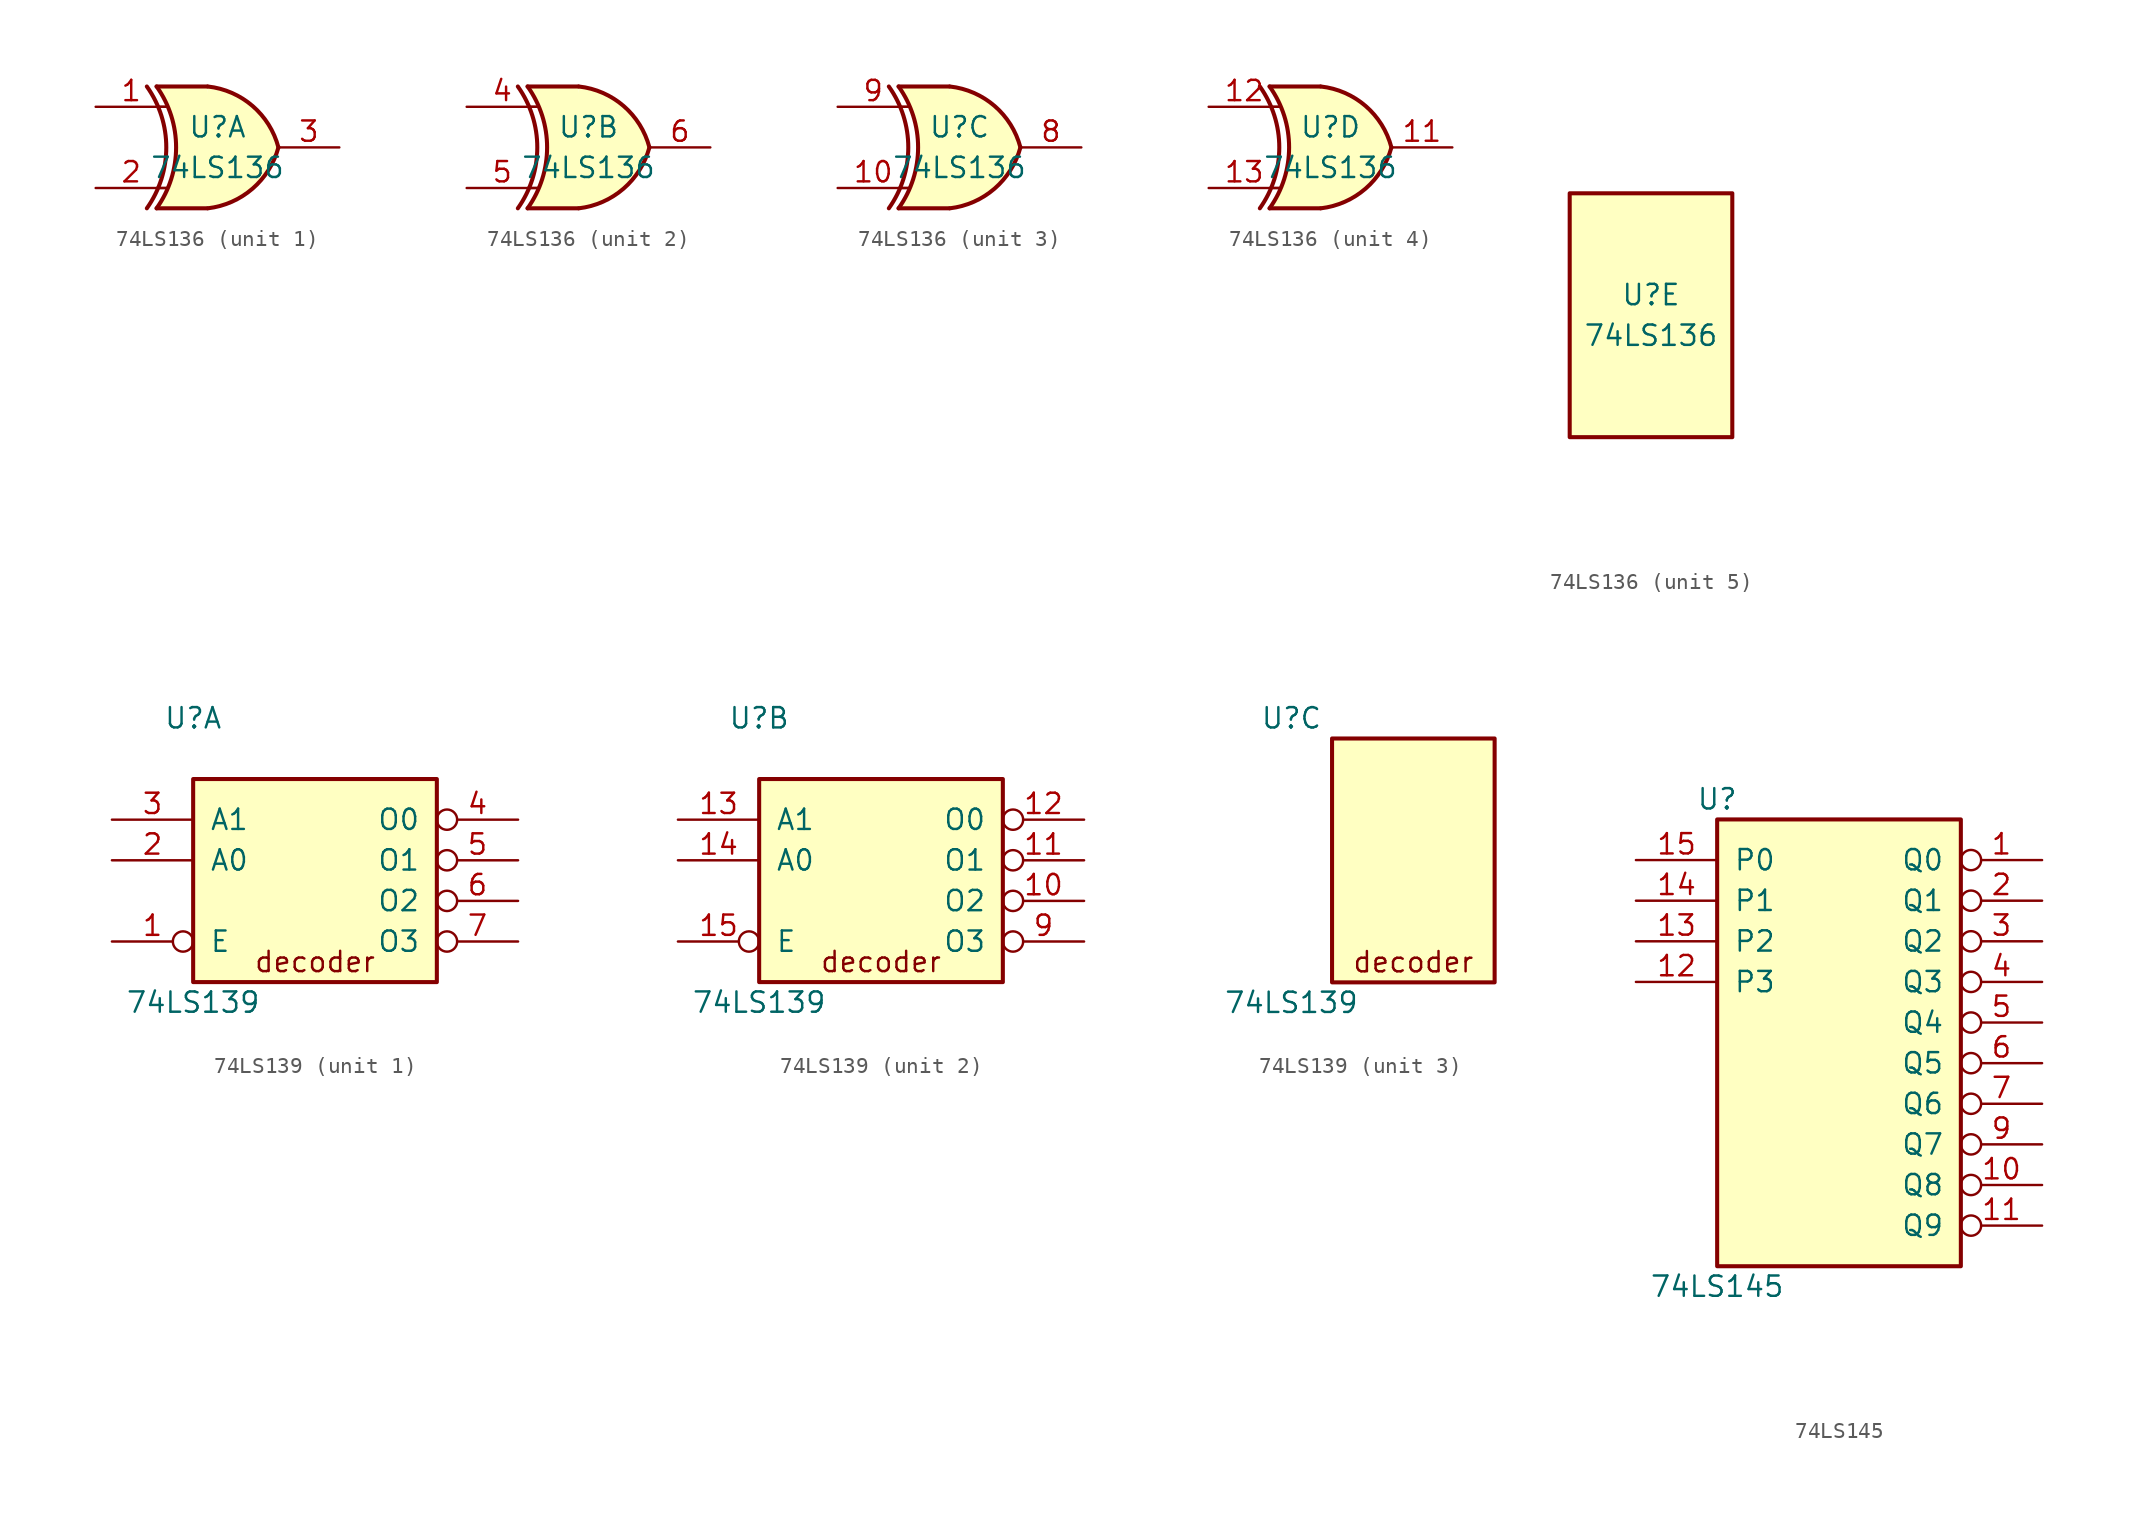
<source format=kicad_sym>
(kicad_symbol_lib
  (version 20211014)
  (generator kicad_symbol_editor)
  (symbol "74LS136"
    (pin_names
      (offset 1.016))
    (property "Reference" "U"
      (at 0 1.27 0)
      (effects (font (size 1.27 1.27))))
    (property "Value" "74LS136"
      (at 0 -1.27 0)
      (effects (font (size 1.27 1.27))))
    (property "ki_locked" ""
      (at 0 0 0)
      (effects (font (size 1.27 1.27))))
    (symbol "74LS136_1_0"
      (arc (start -4.4196 -3.81) (mid -3.2033 0) (end -4.4196 3.81) (stroke (width 0.254) (type default) (color 0 0 0 0)) (fill (type none)))
      (arc (start -3.81 -3.81) (mid -2.589 0) (end -3.81 3.81) (stroke (width 0.254) (type default) (color 0 0 0 0)) (fill (type none)))
      (arc (start -0.6096 -3.81) (mid 2.1842 -2.5851) (end 3.81 0) (stroke (width 0.254) (type default) (color 0 0 0 0)) (fill (type background)))
      (polyline (pts (xy -3.81 -3.81) (xy -0.635 -3.81)) (stroke (width 0.254) (type default) (color 0 0 0 0)) (fill (type background)))
      (polyline (pts (xy -3.81 3.81) (xy -0.635 3.81)) (stroke (width 0.254) (type default) (color 0 0 0 0)) (fill (type background)))
      (polyline (pts (xy -0.635 3.81) (xy -3.81 3.81) (xy -3.81 3.81) (xy -3.556 3.404) (xy -3.023 2.261) (xy -2.692 1.041) (xy -2.616 -0.254) (xy -2.769 -1.499) (xy -3.175 -2.718) (xy -3.81 -3.81) (xy -3.81 -3.81) (xy -0.635 -3.81)) (stroke (width -25.4) (type default) (color 0 0 0 0)) (fill (type background)))
      (arc (start 3.81 0) (mid 2.1915 2.5936) (end -0.6096 3.81) (stroke (width 0.254) (type default) (color 0 0 0 0)) (fill (type background)))
      (pin input line (at -7.62 2.54 0) (length 4.445) (name "~" (effects (font (size 1.27 1.27)))) (number "1" (effects (font (size 1.27 1.27)))))
      (pin input line (at -7.62 -2.54 0) (length 4.445) (name "~" (effects (font (size 1.27 1.27)))) (number "2" (effects (font (size 1.27 1.27)))))
      (pin open_collector line (at 7.62 0 180) (length 3.81) (name "~" (effects (font (size 1.27 1.27)))) (number "3" (effects (font (size 1.27 1.27))))))
    (symbol "74LS136_1_1"
      (polyline (pts (xy -3.81 -2.54) (xy -3.175 -2.54)) (stroke (width 0.152) (type default) (color 0 0 0 0)) (fill (type none)))
      (polyline (pts (xy -3.81 2.54) (xy -3.175 2.54)) (stroke (width 0.152) (type default) (color 0 0 0 0)) (fill (type none))))
    (symbol "74LS136_2_0"
      (arc (start -4.4196 -3.81) (mid -3.2033 0) (end -4.4196 3.81) (stroke (width 0.254) (type default) (color 0 0 0 0)) (fill (type none)))
      (arc (start -3.81 -3.81) (mid -2.589 0) (end -3.81 3.81) (stroke (width 0.254) (type default) (color 0 0 0 0)) (fill (type none)))
      (arc (start -0.6096 -3.81) (mid 2.1842 -2.5851) (end 3.81 0) (stroke (width 0.254) (type default) (color 0 0 0 0)) (fill (type background)))
      (polyline (pts (xy -3.81 -3.81) (xy -0.635 -3.81)) (stroke (width 0.254) (type default) (color 0 0 0 0)) (fill (type background)))
      (polyline (pts (xy -3.81 3.81) (xy -0.635 3.81)) (stroke (width 0.254) (type default) (color 0 0 0 0)) (fill (type background)))
      (polyline (pts (xy -0.635 3.81) (xy -3.81 3.81) (xy -3.81 3.81) (xy -3.556 3.404) (xy -3.023 2.261) (xy -2.692 1.041) (xy -2.616 -0.254) (xy -2.769 -1.499) (xy -3.175 -2.718) (xy -3.81 -3.81) (xy -3.81 -3.81) (xy -0.635 -3.81)) (stroke (width -25.4) (type default) (color 0 0 0 0)) (fill (type background)))
      (arc (start 3.81 0) (mid 2.1915 2.5936) (end -0.6096 3.81) (stroke (width 0.254) (type default) (color 0 0 0 0)) (fill (type background)))
      (pin input line (at -7.62 2.54 0) (length 4.445) (name "~" (effects (font (size 1.27 1.27)))) (number "4" (effects (font (size 1.27 1.27)))))
      (pin input line (at -7.62 -2.54 0) (length 4.445) (name "~" (effects (font (size 1.27 1.27)))) (number "5" (effects (font (size 1.27 1.27)))))
      (pin open_collector line (at 7.62 0 180) (length 3.81) (name "~" (effects (font (size 1.27 1.27)))) (number "6" (effects (font (size 1.27 1.27))))))
    (symbol "74LS136_2_1"
      (polyline (pts (xy -3.81 -2.54) (xy -3.175 -2.54)) (stroke (width 0.152) (type default) (color 0 0 0 0)) (fill (type none)))
      (polyline (pts (xy -3.81 2.54) (xy -3.175 2.54)) (stroke (width 0.152) (type default) (color 0 0 0 0)) (fill (type none))))
    (symbol "74LS136_3_0"
      (arc (start -4.4196 -3.81) (mid -3.2033 0) (end -4.4196 3.81) (stroke (width 0.254) (type default) (color 0 0 0 0)) (fill (type none)))
      (arc (start -3.81 -3.81) (mid -2.589 0) (end -3.81 3.81) (stroke (width 0.254) (type default) (color 0 0 0 0)) (fill (type none)))
      (arc (start -0.6096 -3.81) (mid 2.1842 -2.5851) (end 3.81 0) (stroke (width 0.254) (type default) (color 0 0 0 0)) (fill (type background)))
      (polyline (pts (xy -3.81 -3.81) (xy -0.635 -3.81)) (stroke (width 0.254) (type default) (color 0 0 0 0)) (fill (type background)))
      (polyline (pts (xy -3.81 3.81) (xy -0.635 3.81)) (stroke (width 0.254) (type default) (color 0 0 0 0)) (fill (type background)))
      (polyline (pts (xy -0.635 3.81) (xy -3.81 3.81) (xy -3.81 3.81) (xy -3.556 3.404) (xy -3.023 2.261) (xy -2.692 1.041) (xy -2.616 -0.254) (xy -2.769 -1.499) (xy -3.175 -2.718) (xy -3.81 -3.81) (xy -3.81 -3.81) (xy -0.635 -3.81)) (stroke (width -25.4) (type default) (color 0 0 0 0)) (fill (type background)))
      (arc (start 3.81 0) (mid 2.1915 2.5936) (end -0.6096 3.81) (stroke (width 0.254) (type default) (color 0 0 0 0)) (fill (type background)))
      (pin input line (at -7.62 -2.54 0) (length 4.445) (name "~" (effects (font (size 1.27 1.27)))) (number "10" (effects (font (size 1.27 1.27)))))
      (pin open_collector line (at 7.62 0 180) (length 3.81) (name "~" (effects (font (size 1.27 1.27)))) (number "8" (effects (font (size 1.27 1.27)))))
      (pin input line (at -7.62 2.54 0) (length 4.445) (name "~" (effects (font (size 1.27 1.27)))) (number "9" (effects (font (size 1.27 1.27))))))
    (symbol "74LS136_3_1"
      (polyline (pts (xy -3.81 -2.54) (xy -3.175 -2.54)) (stroke (width 0.152) (type default) (color 0 0 0 0)) (fill (type none)))
      (polyline (pts (xy -3.81 2.54) (xy -3.175 2.54)) (stroke (width 0.152) (type default) (color 0 0 0 0)) (fill (type none))))
    (symbol "74LS136_4_0"
      (arc (start -4.4196 -3.81) (mid -3.2033 0) (end -4.4196 3.81) (stroke (width 0.254) (type default) (color 0 0 0 0)) (fill (type none)))
      (arc (start -3.81 -3.81) (mid -2.589 0) (end -3.81 3.81) (stroke (width 0.254) (type default) (color 0 0 0 0)) (fill (type none)))
      (arc (start -0.6096 -3.81) (mid 2.1842 -2.5851) (end 3.81 0) (stroke (width 0.254) (type default) (color 0 0 0 0)) (fill (type background)))
      (polyline (pts (xy -3.81 -3.81) (xy -0.635 -3.81)) (stroke (width 0.254) (type default) (color 0 0 0 0)) (fill (type background)))
      (polyline (pts (xy -3.81 3.81) (xy -0.635 3.81)) (stroke (width 0.254) (type default) (color 0 0 0 0)) (fill (type background)))
      (polyline (pts (xy -0.635 3.81) (xy -3.81 3.81) (xy -3.81 3.81) (xy -3.556 3.404) (xy -3.023 2.261) (xy -2.692 1.041) (xy -2.616 -0.254) (xy -2.769 -1.499) (xy -3.175 -2.718) (xy -3.81 -3.81) (xy -3.81 -3.81) (xy -0.635 -3.81)) (stroke (width -25.4) (type default) (color 0 0 0 0)) (fill (type background)))
      (arc (start 3.81 0) (mid 2.1915 2.5936) (end -0.6096 3.81) (stroke (width 0.254) (type default) (color 0 0 0 0)) (fill (type background)))
      (pin open_collector line (at 7.62 0 180) (length 3.81) (name "~" (effects (font (size 1.27 1.27)))) (number "11" (effects (font (size 1.27 1.27)))))
      (pin input line (at -7.62 2.54 0) (length 4.445) (name "~" (effects (font (size 1.27 1.27)))) (number "12" (effects (font (size 1.27 1.27)))))
      (pin input line (at -7.62 -2.54 0) (length 4.445) (name "~" (effects (font (size 1.27 1.27)))) (number "13" (effects (font (size 1.27 1.27))))))
    (symbol "74LS136_4_1"
      (polyline (pts (xy -3.81 -2.54) (xy -3.175 -2.54)) (stroke (width 0.152) (type default) (color 0 0 0 0)) (fill (type none)))
      (polyline (pts (xy -3.81 2.54) (xy -3.175 2.54)) (stroke (width 0.152) (type default) (color 0 0 0 0)) (fill (type none))))
    (symbol "74LS136_5_0"
      (pin input line (at 0 12.7 270) (length 5.08) hide (name "VCC" (effects (font (size 1.27 1.27)))) (number "14" (effects (font (size 1.27 1.27)))))
      (pin input line (at 0 -12.7 90) (length 5.08) hide (name "GND" (effects (font (size 1.27 1.27)))) (number "7" (effects (font (size 1.27 1.27))))))
    (symbol "74LS136_5_1"
      (rectangle (start -5.08 7.62) (end 5.08 -7.62) (stroke (width 0.254) (type default) (color 0 0 0 0)) (fill (type background)))))
  (symbol "74LS139"
    (pin_names
      (offset 1.016))
    (property "Reference" "U"
      (at -7.62 8.89 0)
      (effects (font (size 1.27 1.27))))
    (property "Value" "74LS139"
      (at -7.62 -8.89 0)
      (effects (font (size 1.27 1.27))))
    (property "ki_locked" ""
      (at 0 0 0)
      (effects (font (size 1.27 1.27))))
    (symbol "74LS139_0_0"
      (text "decoder" (at 0 -6.35 0) (effects (font (size 1.27 1.27)))))
    (symbol "74LS139_1_0"
      (pin input inverted (at -12.7 -5.08 0) (length 5.08) (name "E" (effects (font (size 1.27 1.27)))) (number "1" (effects (font (size 1.27 1.27)))))
      (pin input line (at -12.7 0 0) (length 5.08) (name "A0" (effects (font (size 1.27 1.27)))) (number "2" (effects (font (size 1.27 1.27)))))
      (pin input line (at -12.7 2.54 0) (length 5.08) (name "A1" (effects (font (size 1.27 1.27)))) (number "3" (effects (font (size 1.27 1.27)))))
      (pin output inverted (at 12.7 2.54 180) (length 5.08) (name "O0" (effects (font (size 1.27 1.27)))) (number "4" (effects (font (size 1.27 1.27)))))
      (pin output inverted (at 12.7 0 180) (length 5.08) (name "O1" (effects (font (size 1.27 1.27)))) (number "5" (effects (font (size 1.27 1.27)))))
      (pin output inverted (at 12.7 -2.54 180) (length 5.08) (name "O2" (effects (font (size 1.27 1.27)))) (number "6" (effects (font (size 1.27 1.27)))))
      (pin output inverted (at 12.7 -5.08 180) (length 5.08) (name "O3" (effects (font (size 1.27 1.27)))) (number "7" (effects (font (size 1.27 1.27))))))
    (symbol "74LS139_1_1"
      (rectangle (start -7.62 5.08) (end 7.62 -7.62) (stroke (width 0.254) (type default) (color 0 0 0 0)) (fill (type background))))
    (symbol "74LS139_2_0"
      (pin output inverted (at 12.7 -2.54 180) (length 5.08) (name "O2" (effects (font (size 1.27 1.27)))) (number "10" (effects (font (size 1.27 1.27)))))
      (pin output inverted (at 12.7 0 180) (length 5.08) (name "O1" (effects (font (size 1.27 1.27)))) (number "11" (effects (font (size 1.27 1.27)))))
      (pin output inverted (at 12.7 2.54 180) (length 5.08) (name "O0" (effects (font (size 1.27 1.27)))) (number "12" (effects (font (size 1.27 1.27)))))
      (pin input line (at -12.7 2.54 0) (length 5.08) (name "A1" (effects (font (size 1.27 1.27)))) (number "13" (effects (font (size 1.27 1.27)))))
      (pin input line (at -12.7 0 0) (length 5.08) (name "A0" (effects (font (size 1.27 1.27)))) (number "14" (effects (font (size 1.27 1.27)))))
      (pin input inverted (at -12.7 -5.08 0) (length 5.08) (name "E" (effects (font (size 1.27 1.27)))) (number "15" (effects (font (size 1.27 1.27)))))
      (pin output inverted (at 12.7 -5.08 180) (length 5.08) (name "O3" (effects (font (size 1.27 1.27)))) (number "9" (effects (font (size 1.27 1.27))))))
    (symbol "74LS139_2_1"
      (rectangle (start -7.62 5.08) (end 7.62 -7.62) (stroke (width 0.254) (type default) (color 0 0 0 0)) (fill (type background))))
    (symbol "74LS139_3_0"
      (pin power_in line (at 0 7.62 270) (length 5.08) hide (name "VCC" (effects (font (size 1.27 1.27)))) (number "16" (effects (font (size 1.27 1.27)))))
      (pin power_in line (at 0 -7.62 90) (length 5.08) hide (name "VSS" (effects (font (size 1.27 1.27)))) (number "8" (effects (font (size 1.27 1.27))))))
    (symbol "74LS139_3_1"
      (rectangle (start -5.08 7.62) (end 5.08 -7.62) (stroke (width 0.254) (type default) (color 0 0 0 0)) (fill (type background)))))
  (symbol "74LS145"
    (pin_names
      (offset 1.016))
    (property "Reference" "U"
      (at -7.62 13.97 0)
      (effects (font (size 1.27 1.27))))
    (property "Value" "74LS145"
      (at -7.62 -16.51 0)
      (effects (font (size 1.27 1.27))))
    (property "ki_locked" ""
      (at 0 0 0)
      (effects (font (size 1.27 1.27))))
    (symbol "74LS145_1_0"
      (pin open_collector inverted (at 12.7 10.16 180) (length 5.08) (name "Q0" (effects (font (size 1.27 1.27)))) (number "1" (effects (font (size 1.27 1.27)))))
      (pin open_collector inverted (at 12.7 -10.16 180) (length 5.08) (name "Q8" (effects (font (size 1.27 1.27)))) (number "10" (effects (font (size 1.27 1.27)))))
      (pin open_collector inverted (at 12.7 -12.7 180) (length 5.08) (name "Q9" (effects (font (size 1.27 1.27)))) (number "11" (effects (font (size 1.27 1.27)))))
      (pin input line (at -12.7 2.54 0) (length 5.08) (name "P3" (effects (font (size 1.27 1.27)))) (number "12" (effects (font (size 1.27 1.27)))))
      (pin input line (at -12.7 5.08 0) (length 5.08) (name "P2" (effects (font (size 1.27 1.27)))) (number "13" (effects (font (size 1.27 1.27)))))
      (pin input line (at -12.7 7.62 0) (length 5.08) (name "P1" (effects (font (size 1.27 1.27)))) (number "14" (effects (font (size 1.27 1.27)))))
      (pin input line (at -12.7 10.16 0) (length 5.08) (name "P0" (effects (font (size 1.27 1.27)))) (number "15" (effects (font (size 1.27 1.27)))))
      (pin input line (at 0 17.78 270) (length 5.08) hide (name "VCC" (effects (font (size 1.27 1.27)))) (number "16" (effects (font (size 1.27 1.27)))))
      (pin open_collector inverted (at 12.7 7.62 180) (length 5.08) (name "Q1" (effects (font (size 1.27 1.27)))) (number "2" (effects (font (size 1.27 1.27)))))
      (pin open_collector inverted (at 12.7 5.08 180) (length 5.08) (name "Q2" (effects (font (size 1.27 1.27)))) (number "3" (effects (font (size 1.27 1.27)))))
      (pin open_collector inverted (at 12.7 2.54 180) (length 5.08) (name "Q3" (effects (font (size 1.27 1.27)))) (number "4" (effects (font (size 1.27 1.27)))))
      (pin open_collector inverted (at 12.7 0 180) (length 5.08) (name "Q4" (effects (font (size 1.27 1.27)))) (number "5" (effects (font (size 1.27 1.27)))))
      (pin open_collector inverted (at 12.7 -2.54 180) (length 5.08) (name "Q5" (effects (font (size 1.27 1.27)))) (number "6" (effects (font (size 1.27 1.27)))))
      (pin open_collector inverted (at 12.7 -5.08 180) (length 5.08) (name "Q6" (effects (font (size 1.27 1.27)))) (number "7" (effects (font (size 1.27 1.27)))))
      (pin input line (at 0 -20.32 90) (length 5.08) hide (name "GND" (effects (font (size 1.27 1.27)))) (number "8" (effects (font (size 1.27 1.27)))))
      (pin open_collector inverted (at 12.7 -7.62 180) (length 5.08) (name "Q7" (effects (font (size 1.27 1.27)))) (number "9" (effects (font (size 1.27 1.27))))))
    (symbol "74LS145_1_1"
      (rectangle (start -7.62 12.7) (end 7.62 -15.24) (stroke (width 0.254) (type default) (color 0 0 0 0)) (fill (type background))))))
</source>
